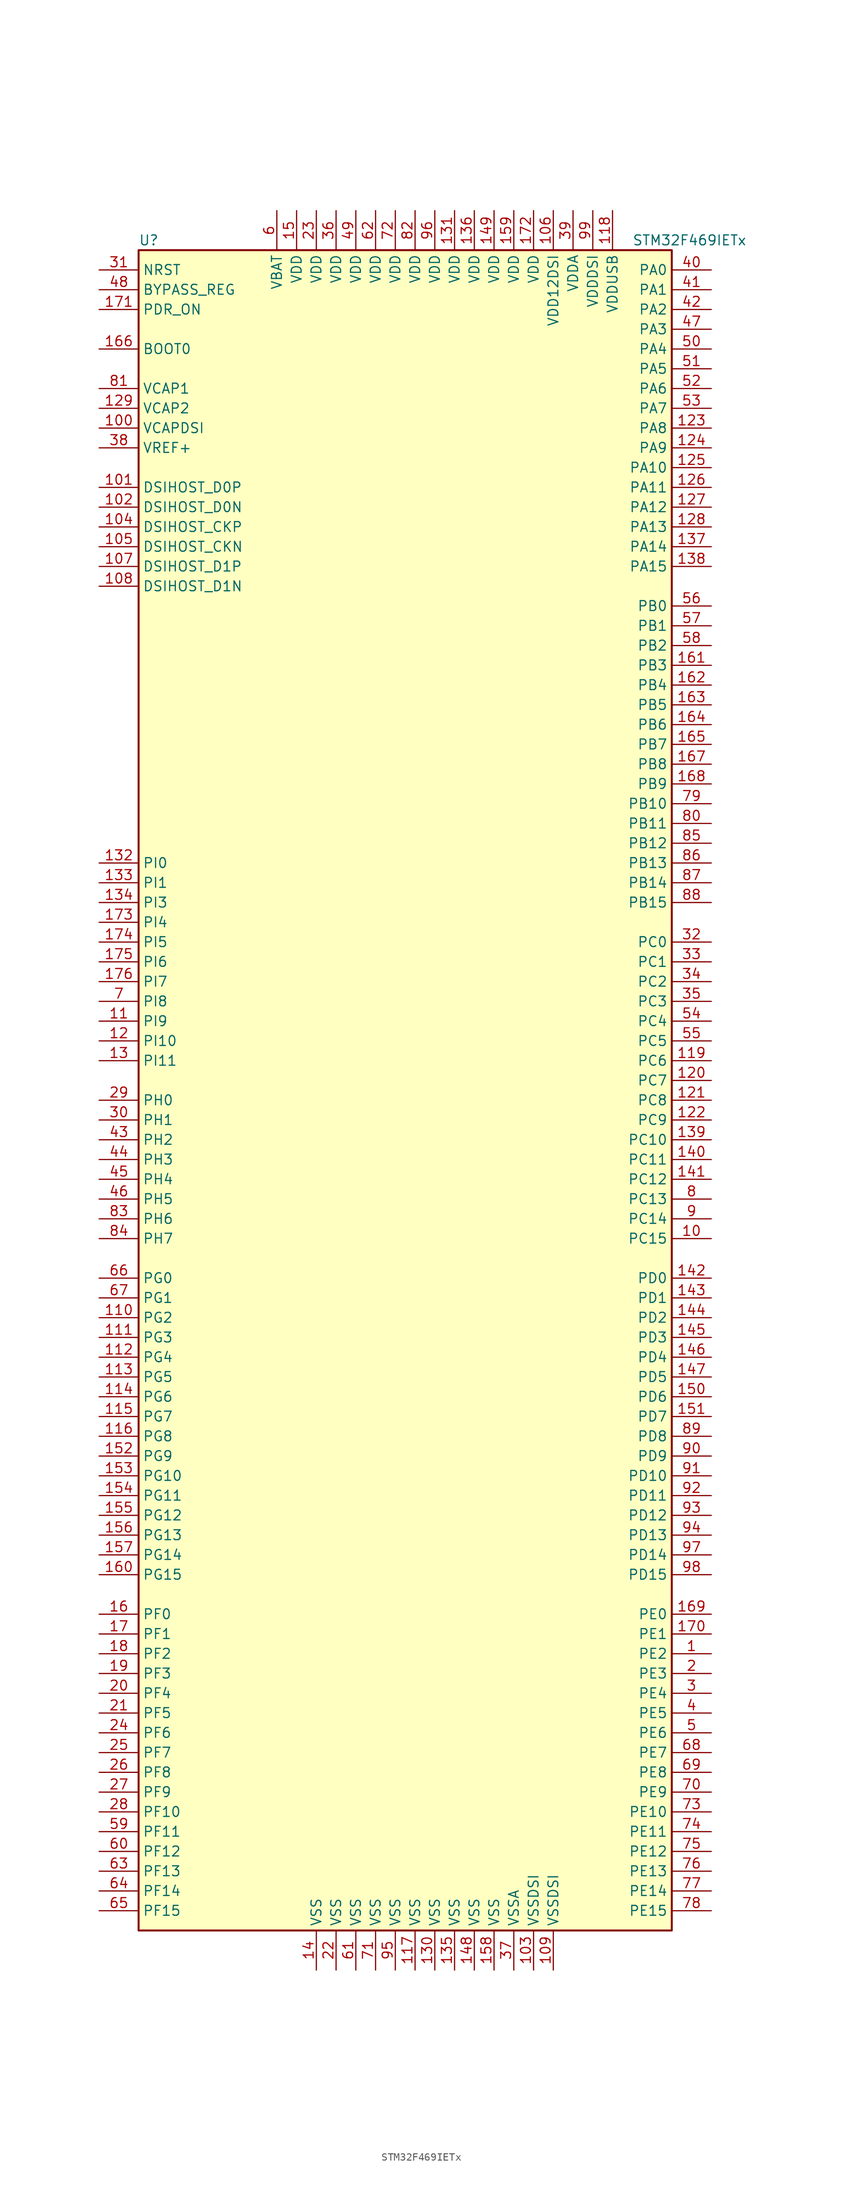
<source format=kicad_sym>
(kicad_symbol_lib
  (version 20201005)
  (generator kicad_symbol_editor)
  (symbol "MCU_ST_STM32F4:STM32F469IETx"
    (property "Reference" "U"
      (at -35.56 107.95 0)
      (effects (font (size 1.27 1.27)) (justify left)))
    (property "Value" "STM32F469IETx"
      (at 27.94 107.95 0)
      (effects (font (size 1.27 1.27)) (justify left)))
    (symbol "STM32F469IETx_0_1"
      (rectangle (start -35.56 -109.22) (end 33.02 106.68) (stroke (width 0.254)) (fill (type background))))
    (symbol "STM32F469IETx_1_1"
      (pin input line (at -40.64 93.98 0) (length 5.08) (name "BOOT0" (effects (font (size 1.27 1.27)))) (number "166" (effects (font (size 1.27 1.27)))))
      (pin input line (at -40.64 101.6 0) (length 5.08) (name "BYPASS_REG" (effects (font (size 1.27 1.27)))) (number "48" (effects (font (size 1.27 1.27)))))
      (pin bidirectional line (at -40.64 68.58 0) (length 5.08) (name "DSIHOST_CKN" (effects (font (size 1.27 1.27)))) (number "105" (effects (font (size 1.27 1.27)))))
      (pin bidirectional line (at -40.64 71.12 0) (length 5.08) (name "DSIHOST_CKP" (effects (font (size 1.27 1.27)))) (number "104" (effects (font (size 1.27 1.27)))))
      (pin bidirectional line (at -40.64 73.66 0) (length 5.08) (name "DSIHOST_D0N" (effects (font (size 1.27 1.27)))) (number "102" (effects (font (size 1.27 1.27)))))
      (pin bidirectional line (at -40.64 76.2 0) (length 5.08) (name "DSIHOST_D0P" (effects (font (size 1.27 1.27)))) (number "101" (effects (font (size 1.27 1.27)))))
      (pin bidirectional line (at -40.64 63.5 0) (length 5.08) (name "DSIHOST_D1N" (effects (font (size 1.27 1.27)))) (number "108" (effects (font (size 1.27 1.27)))))
      (pin bidirectional line (at -40.64 66.04 0) (length 5.08) (name "DSIHOST_D1P" (effects (font (size 1.27 1.27)))) (number "107" (effects (font (size 1.27 1.27)))))
      (pin input line (at -40.64 104.14 0) (length 5.08) (name "NRST" (effects (font (size 1.27 1.27)))) (number "31" (effects (font (size 1.27 1.27)))))
      (pin bidirectional line (at 38.1 104.14 180) (length 5.08) (name "PA0" (effects (font (size 1.27 1.27)))) (number "40" (effects (font (size 1.27 1.27)))))
      (pin bidirectional line (at 38.1 101.6 180) (length 5.08) (name "PA1" (effects (font (size 1.27 1.27)))) (number "41" (effects (font (size 1.27 1.27)))))
      (pin bidirectional line (at 38.1 78.74 180) (length 5.08) (name "PA10" (effects (font (size 1.27 1.27)))) (number "125" (effects (font (size 1.27 1.27)))))
      (pin bidirectional line (at 38.1 76.2 180) (length 5.08) (name "PA11" (effects (font (size 1.27 1.27)))) (number "126" (effects (font (size 1.27 1.27)))))
      (pin bidirectional line (at 38.1 73.66 180) (length 5.08) (name "PA12" (effects (font (size 1.27 1.27)))) (number "127" (effects (font (size 1.27 1.27)))))
      (pin bidirectional line (at 38.1 71.12 180) (length 5.08) (name "PA13" (effects (font (size 1.27 1.27)))) (number "128" (effects (font (size 1.27 1.27)))))
      (pin bidirectional line (at 38.1 68.58 180) (length 5.08) (name "PA14" (effects (font (size 1.27 1.27)))) (number "137" (effects (font (size 1.27 1.27)))))
      (pin bidirectional line (at 38.1 66.04 180) (length 5.08) (name "PA15" (effects (font (size 1.27 1.27)))) (number "138" (effects (font (size 1.27 1.27)))))
      (pin bidirectional line (at 38.1 99.06 180) (length 5.08) (name "PA2" (effects (font (size 1.27 1.27)))) (number "42" (effects (font (size 1.27 1.27)))))
      (pin bidirectional line (at 38.1 96.52 180) (length 5.08) (name "PA3" (effects (font (size 1.27 1.27)))) (number "47" (effects (font (size 1.27 1.27)))))
      (pin bidirectional line (at 38.1 93.98 180) (length 5.08) (name "PA4" (effects (font (size 1.27 1.27)))) (number "50" (effects (font (size 1.27 1.27)))))
      (pin bidirectional line (at 38.1 91.44 180) (length 5.08) (name "PA5" (effects (font (size 1.27 1.27)))) (number "51" (effects (font (size 1.27 1.27)))))
      (pin bidirectional line (at 38.1 88.9 180) (length 5.08) (name "PA6" (effects (font (size 1.27 1.27)))) (number "52" (effects (font (size 1.27 1.27)))))
      (pin bidirectional line (at 38.1 86.36 180) (length 5.08) (name "PA7" (effects (font (size 1.27 1.27)))) (number "53" (effects (font (size 1.27 1.27)))))
      (pin bidirectional line (at 38.1 83.82 180) (length 5.08) (name "PA8" (effects (font (size 1.27 1.27)))) (number "123" (effects (font (size 1.27 1.27)))))
      (pin bidirectional line (at 38.1 81.28 180) (length 5.08) (name "PA9" (effects (font (size 1.27 1.27)))) (number "124" (effects (font (size 1.27 1.27)))))
      (pin bidirectional line (at 38.1 60.96 180) (length 5.08) (name "PB0" (effects (font (size 1.27 1.27)))) (number "56" (effects (font (size 1.27 1.27)))))
      (pin bidirectional line (at 38.1 58.42 180) (length 5.08) (name "PB1" (effects (font (size 1.27 1.27)))) (number "57" (effects (font (size 1.27 1.27)))))
      (pin bidirectional line (at 38.1 35.56 180) (length 5.08) (name "PB10" (effects (font (size 1.27 1.27)))) (number "79" (effects (font (size 1.27 1.27)))))
      (pin bidirectional line (at 38.1 33.02 180) (length 5.08) (name "PB11" (effects (font (size 1.27 1.27)))) (number "80" (effects (font (size 1.27 1.27)))))
      (pin bidirectional line (at 38.1 30.48 180) (length 5.08) (name "PB12" (effects (font (size 1.27 1.27)))) (number "85" (effects (font (size 1.27 1.27)))))
      (pin bidirectional line (at 38.1 27.94 180) (length 5.08) (name "PB13" (effects (font (size 1.27 1.27)))) (number "86" (effects (font (size 1.27 1.27)))))
      (pin bidirectional line (at 38.1 25.4 180) (length 5.08) (name "PB14" (effects (font (size 1.27 1.27)))) (number "87" (effects (font (size 1.27 1.27)))))
      (pin bidirectional line (at 38.1 22.86 180) (length 5.08) (name "PB15" (effects (font (size 1.27 1.27)))) (number "88" (effects (font (size 1.27 1.27)))))
      (pin bidirectional line (at 38.1 55.88 180) (length 5.08) (name "PB2" (effects (font (size 1.27 1.27)))) (number "58" (effects (font (size 1.27 1.27)))))
      (pin bidirectional line (at 38.1 53.34 180) (length 5.08) (name "PB3" (effects (font (size 1.27 1.27)))) (number "161" (effects (font (size 1.27 1.27)))))
      (pin bidirectional line (at 38.1 50.8 180) (length 5.08) (name "PB4" (effects (font (size 1.27 1.27)))) (number "162" (effects (font (size 1.27 1.27)))))
      (pin bidirectional line (at 38.1 48.26 180) (length 5.08) (name "PB5" (effects (font (size 1.27 1.27)))) (number "163" (effects (font (size 1.27 1.27)))))
      (pin bidirectional line (at 38.1 45.72 180) (length 5.08) (name "PB6" (effects (font (size 1.27 1.27)))) (number "164" (effects (font (size 1.27 1.27)))))
      (pin bidirectional line (at 38.1 43.18 180) (length 5.08) (name "PB7" (effects (font (size 1.27 1.27)))) (number "165" (effects (font (size 1.27 1.27)))))
      (pin bidirectional line (at 38.1 40.64 180) (length 5.08) (name "PB8" (effects (font (size 1.27 1.27)))) (number "167" (effects (font (size 1.27 1.27)))))
      (pin bidirectional line (at 38.1 38.1 180) (length 5.08) (name "PB9" (effects (font (size 1.27 1.27)))) (number "168" (effects (font (size 1.27 1.27)))))
      (pin bidirectional line (at 38.1 17.78 180) (length 5.08) (name "PC0" (effects (font (size 1.27 1.27)))) (number "32" (effects (font (size 1.27 1.27)))))
      (pin bidirectional line (at 38.1 15.24 180) (length 5.08) (name "PC1" (effects (font (size 1.27 1.27)))) (number "33" (effects (font (size 1.27 1.27)))))
      (pin bidirectional line (at 38.1 -7.62 180) (length 5.08) (name "PC10" (effects (font (size 1.27 1.27)))) (number "139" (effects (font (size 1.27 1.27)))))
      (pin bidirectional line (at 38.1 -10.16 180) (length 5.08) (name "PC11" (effects (font (size 1.27 1.27)))) (number "140" (effects (font (size 1.27 1.27)))))
      (pin bidirectional line (at 38.1 -12.7 180) (length 5.08) (name "PC12" (effects (font (size 1.27 1.27)))) (number "141" (effects (font (size 1.27 1.27)))))
      (pin bidirectional line (at 38.1 -15.24 180) (length 5.08) (name "PC13" (effects (font (size 1.27 1.27)))) (number "8" (effects (font (size 1.27 1.27)))))
      (pin bidirectional line (at 38.1 -17.78 180) (length 5.08) (name "PC14" (effects (font (size 1.27 1.27)))) (number "9" (effects (font (size 1.27 1.27)))))
      (pin bidirectional line (at 38.1 -20.32 180) (length 5.08) (name "PC15" (effects (font (size 1.27 1.27)))) (number "10" (effects (font (size 1.27 1.27)))))
      (pin bidirectional line (at 38.1 12.7 180) (length 5.08) (name "PC2" (effects (font (size 1.27 1.27)))) (number "34" (effects (font (size 1.27 1.27)))))
      (pin bidirectional line (at 38.1 10.16 180) (length 5.08) (name "PC3" (effects (font (size 1.27 1.27)))) (number "35" (effects (font (size 1.27 1.27)))))
      (pin bidirectional line (at 38.1 7.62 180) (length 5.08) (name "PC4" (effects (font (size 1.27 1.27)))) (number "54" (effects (font (size 1.27 1.27)))))
      (pin bidirectional line (at 38.1 5.08 180) (length 5.08) (name "PC5" (effects (font (size 1.27 1.27)))) (number "55" (effects (font (size 1.27 1.27)))))
      (pin bidirectional line (at 38.1 2.54 180) (length 5.08) (name "PC6" (effects (font (size 1.27 1.27)))) (number "119" (effects (font (size 1.27 1.27)))))
      (pin bidirectional line (at 38.1 0 180) (length 5.08) (name "PC7" (effects (font (size 1.27 1.27)))) (number "120" (effects (font (size 1.27 1.27)))))
      (pin bidirectional line (at 38.1 -2.54 180) (length 5.08) (name "PC8" (effects (font (size 1.27 1.27)))) (number "121" (effects (font (size 1.27 1.27)))))
      (pin bidirectional line (at 38.1 -5.08 180) (length 5.08) (name "PC9" (effects (font (size 1.27 1.27)))) (number "122" (effects (font (size 1.27 1.27)))))
      (pin bidirectional line (at 38.1 -25.4 180) (length 5.08) (name "PD0" (effects (font (size 1.27 1.27)))) (number "142" (effects (font (size 1.27 1.27)))))
      (pin bidirectional line (at 38.1 -27.94 180) (length 5.08) (name "PD1" (effects (font (size 1.27 1.27)))) (number "143" (effects (font (size 1.27 1.27)))))
      (pin bidirectional line (at 38.1 -50.8 180) (length 5.08) (name "PD10" (effects (font (size 1.27 1.27)))) (number "91" (effects (font (size 1.27 1.27)))))
      (pin bidirectional line (at 38.1 -53.34 180) (length 5.08) (name "PD11" (effects (font (size 1.27 1.27)))) (number "92" (effects (font (size 1.27 1.27)))))
      (pin bidirectional line (at 38.1 -55.88 180) (length 5.08) (name "PD12" (effects (font (size 1.27 1.27)))) (number "93" (effects (font (size 1.27 1.27)))))
      (pin bidirectional line (at 38.1 -58.42 180) (length 5.08) (name "PD13" (effects (font (size 1.27 1.27)))) (number "94" (effects (font (size 1.27 1.27)))))
      (pin bidirectional line (at 38.1 -60.96 180) (length 5.08) (name "PD14" (effects (font (size 1.27 1.27)))) (number "97" (effects (font (size 1.27 1.27)))))
      (pin bidirectional line (at 38.1 -63.5 180) (length 5.08) (name "PD15" (effects (font (size 1.27 1.27)))) (number "98" (effects (font (size 1.27 1.27)))))
      (pin bidirectional line (at 38.1 -30.48 180) (length 5.08) (name "PD2" (effects (font (size 1.27 1.27)))) (number "144" (effects (font (size 1.27 1.27)))))
      (pin bidirectional line (at 38.1 -33.02 180) (length 5.08) (name "PD3" (effects (font (size 1.27 1.27)))) (number "145" (effects (font (size 1.27 1.27)))))
      (pin bidirectional line (at 38.1 -35.56 180) (length 5.08) (name "PD4" (effects (font (size 1.27 1.27)))) (number "146" (effects (font (size 1.27 1.27)))))
      (pin bidirectional line (at 38.1 -38.1 180) (length 5.08) (name "PD5" (effects (font (size 1.27 1.27)))) (number "147" (effects (font (size 1.27 1.27)))))
      (pin bidirectional line (at 38.1 -40.64 180) (length 5.08) (name "PD6" (effects (font (size 1.27 1.27)))) (number "150" (effects (font (size 1.27 1.27)))))
      (pin bidirectional line (at 38.1 -43.18 180) (length 5.08) (name "PD7" (effects (font (size 1.27 1.27)))) (number "151" (effects (font (size 1.27 1.27)))))
      (pin bidirectional line (at 38.1 -45.72 180) (length 5.08) (name "PD8" (effects (font (size 1.27 1.27)))) (number "89" (effects (font (size 1.27 1.27)))))
      (pin bidirectional line (at 38.1 -48.26 180) (length 5.08) (name "PD9" (effects (font (size 1.27 1.27)))) (number "90" (effects (font (size 1.27 1.27)))))
      (pin input line (at -40.64 99.06 0) (length 5.08) (name "PDR_ON" (effects (font (size 1.27 1.27)))) (number "171" (effects (font (size 1.27 1.27)))))
      (pin bidirectional line (at 38.1 -68.58 180) (length 5.08) (name "PE0" (effects (font (size 1.27 1.27)))) (number "169" (effects (font (size 1.27 1.27)))))
      (pin bidirectional line (at 38.1 -71.12 180) (length 5.08) (name "PE1" (effects (font (size 1.27 1.27)))) (number "170" (effects (font (size 1.27 1.27)))))
      (pin bidirectional line (at 38.1 -93.98 180) (length 5.08) (name "PE10" (effects (font (size 1.27 1.27)))) (number "73" (effects (font (size 1.27 1.27)))))
      (pin bidirectional line (at 38.1 -96.52 180) (length 5.08) (name "PE11" (effects (font (size 1.27 1.27)))) (number "74" (effects (font (size 1.27 1.27)))))
      (pin bidirectional line (at 38.1 -99.06 180) (length 5.08) (name "PE12" (effects (font (size 1.27 1.27)))) (number "75" (effects (font (size 1.27 1.27)))))
      (pin bidirectional line (at 38.1 -101.6 180) (length 5.08) (name "PE13" (effects (font (size 1.27 1.27)))) (number "76" (effects (font (size 1.27 1.27)))))
      (pin bidirectional line (at 38.1 -104.14 180) (length 5.08) (name "PE14" (effects (font (size 1.27 1.27)))) (number "77" (effects (font (size 1.27 1.27)))))
      (pin bidirectional line (at 38.1 -106.68 180) (length 5.08) (name "PE15" (effects (font (size 1.27 1.27)))) (number "78" (effects (font (size 1.27 1.27)))))
      (pin bidirectional line (at 38.1 -73.66 180) (length 5.08) (name "PE2" (effects (font (size 1.27 1.27)))) (number "1" (effects (font (size 1.27 1.27)))))
      (pin bidirectional line (at 38.1 -76.2 180) (length 5.08) (name "PE3" (effects (font (size 1.27 1.27)))) (number "2" (effects (font (size 1.27 1.27)))))
      (pin bidirectional line (at 38.1 -78.74 180) (length 5.08) (name "PE4" (effects (font (size 1.27 1.27)))) (number "3" (effects (font (size 1.27 1.27)))))
      (pin bidirectional line (at 38.1 -81.28 180) (length 5.08) (name "PE5" (effects (font (size 1.27 1.27)))) (number "4" (effects (font (size 1.27 1.27)))))
      (pin bidirectional line (at 38.1 -83.82 180) (length 5.08) (name "PE6" (effects (font (size 1.27 1.27)))) (number "5" (effects (font (size 1.27 1.27)))))
      (pin bidirectional line (at 38.1 -86.36 180) (length 5.08) (name "PE7" (effects (font (size 1.27 1.27)))) (number "68" (effects (font (size 1.27 1.27)))))
      (pin bidirectional line (at 38.1 -88.9 180) (length 5.08) (name "PE8" (effects (font (size 1.27 1.27)))) (number "69" (effects (font (size 1.27 1.27)))))
      (pin bidirectional line (at 38.1 -91.44 180) (length 5.08) (name "PE9" (effects (font (size 1.27 1.27)))) (number "70" (effects (font (size 1.27 1.27)))))
      (pin bidirectional line (at -40.64 -68.58 0) (length 5.08) (name "PF0" (effects (font (size 1.27 1.27)))) (number "16" (effects (font (size 1.27 1.27)))))
      (pin bidirectional line (at -40.64 -71.12 0) (length 5.08) (name "PF1" (effects (font (size 1.27 1.27)))) (number "17" (effects (font (size 1.27 1.27)))))
      (pin bidirectional line (at -40.64 -93.98 0) (length 5.08) (name "PF10" (effects (font (size 1.27 1.27)))) (number "28" (effects (font (size 1.27 1.27)))))
      (pin bidirectional line (at -40.64 -96.52 0) (length 5.08) (name "PF11" (effects (font (size 1.27 1.27)))) (number "59" (effects (font (size 1.27 1.27)))))
      (pin bidirectional line (at -40.64 -99.06 0) (length 5.08) (name "PF12" (effects (font (size 1.27 1.27)))) (number "60" (effects (font (size 1.27 1.27)))))
      (pin bidirectional line (at -40.64 -101.6 0) (length 5.08) (name "PF13" (effects (font (size 1.27 1.27)))) (number "63" (effects (font (size 1.27 1.27)))))
      (pin bidirectional line (at -40.64 -104.14 0) (length 5.08) (name "PF14" (effects (font (size 1.27 1.27)))) (number "64" (effects (font (size 1.27 1.27)))))
      (pin bidirectional line (at -40.64 -106.68 0) (length 5.08) (name "PF15" (effects (font (size 1.27 1.27)))) (number "65" (effects (font (size 1.27 1.27)))))
      (pin bidirectional line (at -40.64 -73.66 0) (length 5.08) (name "PF2" (effects (font (size 1.27 1.27)))) (number "18" (effects (font (size 1.27 1.27)))))
      (pin bidirectional line (at -40.64 -76.2 0) (length 5.08) (name "PF3" (effects (font (size 1.27 1.27)))) (number "19" (effects (font (size 1.27 1.27)))))
      (pin bidirectional line (at -40.64 -78.74 0) (length 5.08) (name "PF4" (effects (font (size 1.27 1.27)))) (number "20" (effects (font (size 1.27 1.27)))))
      (pin bidirectional line (at -40.64 -81.28 0) (length 5.08) (name "PF5" (effects (font (size 1.27 1.27)))) (number "21" (effects (font (size 1.27 1.27)))))
      (pin bidirectional line (at -40.64 -83.82 0) (length 5.08) (name "PF6" (effects (font (size 1.27 1.27)))) (number "24" (effects (font (size 1.27 1.27)))))
      (pin bidirectional line (at -40.64 -86.36 0) (length 5.08) (name "PF7" (effects (font (size 1.27 1.27)))) (number "25" (effects (font (size 1.27 1.27)))))
      (pin bidirectional line (at -40.64 -88.9 0) (length 5.08) (name "PF8" (effects (font (size 1.27 1.27)))) (number "26" (effects (font (size 1.27 1.27)))))
      (pin bidirectional line (at -40.64 -91.44 0) (length 5.08) (name "PF9" (effects (font (size 1.27 1.27)))) (number "27" (effects (font (size 1.27 1.27)))))
      (pin bidirectional line (at -40.64 -25.4 0) (length 5.08) (name "PG0" (effects (font (size 1.27 1.27)))) (number "66" (effects (font (size 1.27 1.27)))))
      (pin bidirectional line (at -40.64 -27.94 0) (length 5.08) (name "PG1" (effects (font (size 1.27 1.27)))) (number "67" (effects (font (size 1.27 1.27)))))
      (pin bidirectional line (at -40.64 -50.8 0) (length 5.08) (name "PG10" (effects (font (size 1.27 1.27)))) (number "153" (effects (font (size 1.27 1.27)))))
      (pin bidirectional line (at -40.64 -53.34 0) (length 5.08) (name "PG11" (effects (font (size 1.27 1.27)))) (number "154" (effects (font (size 1.27 1.27)))))
      (pin bidirectional line (at -40.64 -55.88 0) (length 5.08) (name "PG12" (effects (font (size 1.27 1.27)))) (number "155" (effects (font (size 1.27 1.27)))))
      (pin bidirectional line (at -40.64 -58.42 0) (length 5.08) (name "PG13" (effects (font (size 1.27 1.27)))) (number "156" (effects (font (size 1.27 1.27)))))
      (pin bidirectional line (at -40.64 -60.96 0) (length 5.08) (name "PG14" (effects (font (size 1.27 1.27)))) (number "157" (effects (font (size 1.27 1.27)))))
      (pin bidirectional line (at -40.64 -63.5 0) (length 5.08) (name "PG15" (effects (font (size 1.27 1.27)))) (number "160" (effects (font (size 1.27 1.27)))))
      (pin bidirectional line (at -40.64 -30.48 0) (length 5.08) (name "PG2" (effects (font (size 1.27 1.27)))) (number "110" (effects (font (size 1.27 1.27)))))
      (pin bidirectional line (at -40.64 -33.02 0) (length 5.08) (name "PG3" (effects (font (size 1.27 1.27)))) (number "111" (effects (font (size 1.27 1.27)))))
      (pin bidirectional line (at -40.64 -35.56 0) (length 5.08) (name "PG4" (effects (font (size 1.27 1.27)))) (number "112" (effects (font (size 1.27 1.27)))))
      (pin bidirectional line (at -40.64 -38.1 0) (length 5.08) (name "PG5" (effects (font (size 1.27 1.27)))) (number "113" (effects (font (size 1.27 1.27)))))
      (pin bidirectional line (at -40.64 -40.64 0) (length 5.08) (name "PG6" (effects (font (size 1.27 1.27)))) (number "114" (effects (font (size 1.27 1.27)))))
      (pin bidirectional line (at -40.64 -43.18 0) (length 5.08) (name "PG7" (effects (font (size 1.27 1.27)))) (number "115" (effects (font (size 1.27 1.27)))))
      (pin bidirectional line (at -40.64 -45.72 0) (length 5.08) (name "PG8" (effects (font (size 1.27 1.27)))) (number "116" (effects (font (size 1.27 1.27)))))
      (pin bidirectional line (at -40.64 -48.26 0) (length 5.08) (name "PG9" (effects (font (size 1.27 1.27)))) (number "152" (effects (font (size 1.27 1.27)))))
      (pin input line (at -40.64 -2.54 0) (length 5.08) (name "PH0" (effects (font (size 1.27 1.27)))) (number "29" (effects (font (size 1.27 1.27)))))
      (pin input line (at -40.64 -5.08 0) (length 5.08) (name "PH1" (effects (font (size 1.27 1.27)))) (number "30" (effects (font (size 1.27 1.27)))))
      (pin bidirectional line (at -40.64 -7.62 0) (length 5.08) (name "PH2" (effects (font (size 1.27 1.27)))) (number "43" (effects (font (size 1.27 1.27)))))
      (pin bidirectional line (at -40.64 -10.16 0) (length 5.08) (name "PH3" (effects (font (size 1.27 1.27)))) (number "44" (effects (font (size 1.27 1.27)))))
      (pin bidirectional line (at -40.64 -12.7 0) (length 5.08) (name "PH4" (effects (font (size 1.27 1.27)))) (number "45" (effects (font (size 1.27 1.27)))))
      (pin bidirectional line (at -40.64 -15.24 0) (length 5.08) (name "PH5" (effects (font (size 1.27 1.27)))) (number "46" (effects (font (size 1.27 1.27)))))
      (pin bidirectional line (at -40.64 -17.78 0) (length 5.08) (name "PH6" (effects (font (size 1.27 1.27)))) (number "83" (effects (font (size 1.27 1.27)))))
      (pin bidirectional line (at -40.64 -20.32 0) (length 5.08) (name "PH7" (effects (font (size 1.27 1.27)))) (number "84" (effects (font (size 1.27 1.27)))))
      (pin bidirectional line (at -40.64 27.94 0) (length 5.08) (name "PI0" (effects (font (size 1.27 1.27)))) (number "132" (effects (font (size 1.27 1.27)))))
      (pin bidirectional line (at -40.64 25.4 0) (length 5.08) (name "PI1" (effects (font (size 1.27 1.27)))) (number "133" (effects (font (size 1.27 1.27)))))
      (pin bidirectional line (at -40.64 5.08 0) (length 5.08) (name "PI10" (effects (font (size 1.27 1.27)))) (number "12" (effects (font (size 1.27 1.27)))))
      (pin bidirectional line (at -40.64 2.54 0) (length 5.08) (name "PI11" (effects (font (size 1.27 1.27)))) (number "13" (effects (font (size 1.27 1.27)))))
      (pin bidirectional line (at -40.64 22.86 0) (length 5.08) (name "PI3" (effects (font (size 1.27 1.27)))) (number "134" (effects (font (size 1.27 1.27)))))
      (pin bidirectional line (at -40.64 20.32 0) (length 5.08) (name "PI4" (effects (font (size 1.27 1.27)))) (number "173" (effects (font (size 1.27 1.27)))))
      (pin bidirectional line (at -40.64 17.78 0) (length 5.08) (name "PI5" (effects (font (size 1.27 1.27)))) (number "174" (effects (font (size 1.27 1.27)))))
      (pin bidirectional line (at -40.64 15.24 0) (length 5.08) (name "PI6" (effects (font (size 1.27 1.27)))) (number "175" (effects (font (size 1.27 1.27)))))
      (pin bidirectional line (at -40.64 12.7 0) (length 5.08) (name "PI7" (effects (font (size 1.27 1.27)))) (number "176" (effects (font (size 1.27 1.27)))))
      (pin bidirectional line (at -40.64 10.16 0) (length 5.08) (name "PI8" (effects (font (size 1.27 1.27)))) (number "7" (effects (font (size 1.27 1.27)))))
      (pin bidirectional line (at -40.64 7.62 0) (length 5.08) (name "PI9" (effects (font (size 1.27 1.27)))) (number "11" (effects (font (size 1.27 1.27)))))
      (pin power_in line (at -17.78 111.76 270) (length 5.08) (name "VBAT" (effects (font (size 1.27 1.27)))) (number "6" (effects (font (size 1.27 1.27)))))
      (pin power_in line (at -40.64 88.9 0) (length 5.08) (name "VCAP1" (effects (font (size 1.27 1.27)))) (number "81" (effects (font (size 1.27 1.27)))))
      (pin power_in line (at -40.64 86.36 0) (length 5.08) (name "VCAP2" (effects (font (size 1.27 1.27)))) (number "129" (effects (font (size 1.27 1.27)))))
      (pin power_in line (at -40.64 83.82 0) (length 5.08) (name "VCAPDSI" (effects (font (size 1.27 1.27)))) (number "100" (effects (font (size 1.27 1.27)))))
      (pin power_in line (at 5.08 111.76 270) (length 5.08) (name "VDD" (effects (font (size 1.27 1.27)))) (number "131" (effects (font (size 1.27 1.27)))))
      (pin power_in line (at 7.62 111.76 270) (length 5.08) (name "VDD" (effects (font (size 1.27 1.27)))) (number "136" (effects (font (size 1.27 1.27)))))
      (pin power_in line (at 10.16 111.76 270) (length 5.08) (name "VDD" (effects (font (size 1.27 1.27)))) (number "149" (effects (font (size 1.27 1.27)))))
      (pin power_in line (at -15.24 111.76 270) (length 5.08) (name "VDD" (effects (font (size 1.27 1.27)))) (number "15" (effects (font (size 1.27 1.27)))))
      (pin power_in line (at 12.7 111.76 270) (length 5.08) (name "VDD" (effects (font (size 1.27 1.27)))) (number "159" (effects (font (size 1.27 1.27)))))
      (pin power_in line (at 15.24 111.76 270) (length 5.08) (name "VDD" (effects (font (size 1.27 1.27)))) (number "172" (effects (font (size 1.27 1.27)))))
      (pin power_in line (at -12.7 111.76 270) (length 5.08) (name "VDD" (effects (font (size 1.27 1.27)))) (number "23" (effects (font (size 1.27 1.27)))))
      (pin power_in line (at -10.16 111.76 270) (length 5.08) (name "VDD" (effects (font (size 1.27 1.27)))) (number "36" (effects (font (size 1.27 1.27)))))
      (pin power_in line (at -7.62 111.76 270) (length 5.08) (name "VDD" (effects (font (size 1.27 1.27)))) (number "49" (effects (font (size 1.27 1.27)))))
      (pin power_in line (at -5.08 111.76 270) (length 5.08) (name "VDD" (effects (font (size 1.27 1.27)))) (number "62" (effects (font (size 1.27 1.27)))))
      (pin power_in line (at -2.54 111.76 270) (length 5.08) (name "VDD" (effects (font (size 1.27 1.27)))) (number "72" (effects (font (size 1.27 1.27)))))
      (pin power_in line (at 0 111.76 270) (length 5.08) (name "VDD" (effects (font (size 1.27 1.27)))) (number "82" (effects (font (size 1.27 1.27)))))
      (pin power_in line (at 2.54 111.76 270) (length 5.08) (name "VDD" (effects (font (size 1.27 1.27)))) (number "96" (effects (font (size 1.27 1.27)))))
      (pin power_in line (at 17.78 111.76 270) (length 5.08) (name "VDD12DSI" (effects (font (size 1.27 1.27)))) (number "106" (effects (font (size 1.27 1.27)))))
      (pin power_in line (at 20.32 111.76 270) (length 5.08) (name "VDDA" (effects (font (size 1.27 1.27)))) (number "39" (effects (font (size 1.27 1.27)))))
      (pin power_in line (at 22.86 111.76 270) (length 5.08) (name "VDDDSI" (effects (font (size 1.27 1.27)))) (number "99" (effects (font (size 1.27 1.27)))))
      (pin power_in line (at 25.4 111.76 270) (length 5.08) (name "VDDUSB" (effects (font (size 1.27 1.27)))) (number "118" (effects (font (size 1.27 1.27)))))
      (pin power_in line (at -40.64 81.28 0) (length 5.08) (name "VREF+" (effects (font (size 1.27 1.27)))) (number "38" (effects (font (size 1.27 1.27)))))
      (pin power_in line (at 0 -114.3 90) (length 5.08) (name "VSS" (effects (font (size 1.27 1.27)))) (number "117" (effects (font (size 1.27 1.27)))))
      (pin power_in line (at 2.54 -114.3 90) (length 5.08) (name "VSS" (effects (font (size 1.27 1.27)))) (number "130" (effects (font (size 1.27 1.27)))))
      (pin power_in line (at 5.08 -114.3 90) (length 5.08) (name "VSS" (effects (font (size 1.27 1.27)))) (number "135" (effects (font (size 1.27 1.27)))))
      (pin power_in line (at -12.7 -114.3 90) (length 5.08) (name "VSS" (effects (font (size 1.27 1.27)))) (number "14" (effects (font (size 1.27 1.27)))))
      (pin power_in line (at 7.62 -114.3 90) (length 5.08) (name "VSS" (effects (font (size 1.27 1.27)))) (number "148" (effects (font (size 1.27 1.27)))))
      (pin power_in line (at 10.16 -114.3 90) (length 5.08) (name "VSS" (effects (font (size 1.27 1.27)))) (number "158" (effects (font (size 1.27 1.27)))))
      (pin power_in line (at -10.16 -114.3 90) (length 5.08) (name "VSS" (effects (font (size 1.27 1.27)))) (number "22" (effects (font (size 1.27 1.27)))))
      (pin power_in line (at -7.62 -114.3 90) (length 5.08) (name "VSS" (effects (font (size 1.27 1.27)))) (number "61" (effects (font (size 1.27 1.27)))))
      (pin power_in line (at -5.08 -114.3 90) (length 5.08) (name "VSS" (effects (font (size 1.27 1.27)))) (number "71" (effects (font (size 1.27 1.27)))))
      (pin power_in line (at -2.54 -114.3 90) (length 5.08) (name "VSS" (effects (font (size 1.27 1.27)))) (number "95" (effects (font (size 1.27 1.27)))))
      (pin power_in line (at 12.7 -114.3 90) (length 5.08) (name "VSSA" (effects (font (size 1.27 1.27)))) (number "37" (effects (font (size 1.27 1.27)))))
      (pin power_in line (at 15.24 -114.3 90) (length 5.08) (name "VSSDSI" (effects (font (size 1.27 1.27)))) (number "103" (effects (font (size 1.27 1.27)))))
      (pin power_in line (at 17.78 -114.3 90) (length 5.08) (name "VSSDSI" (effects (font (size 1.27 1.27)))) (number "109" (effects (font (size 1.27 1.27))))))))
</source>
